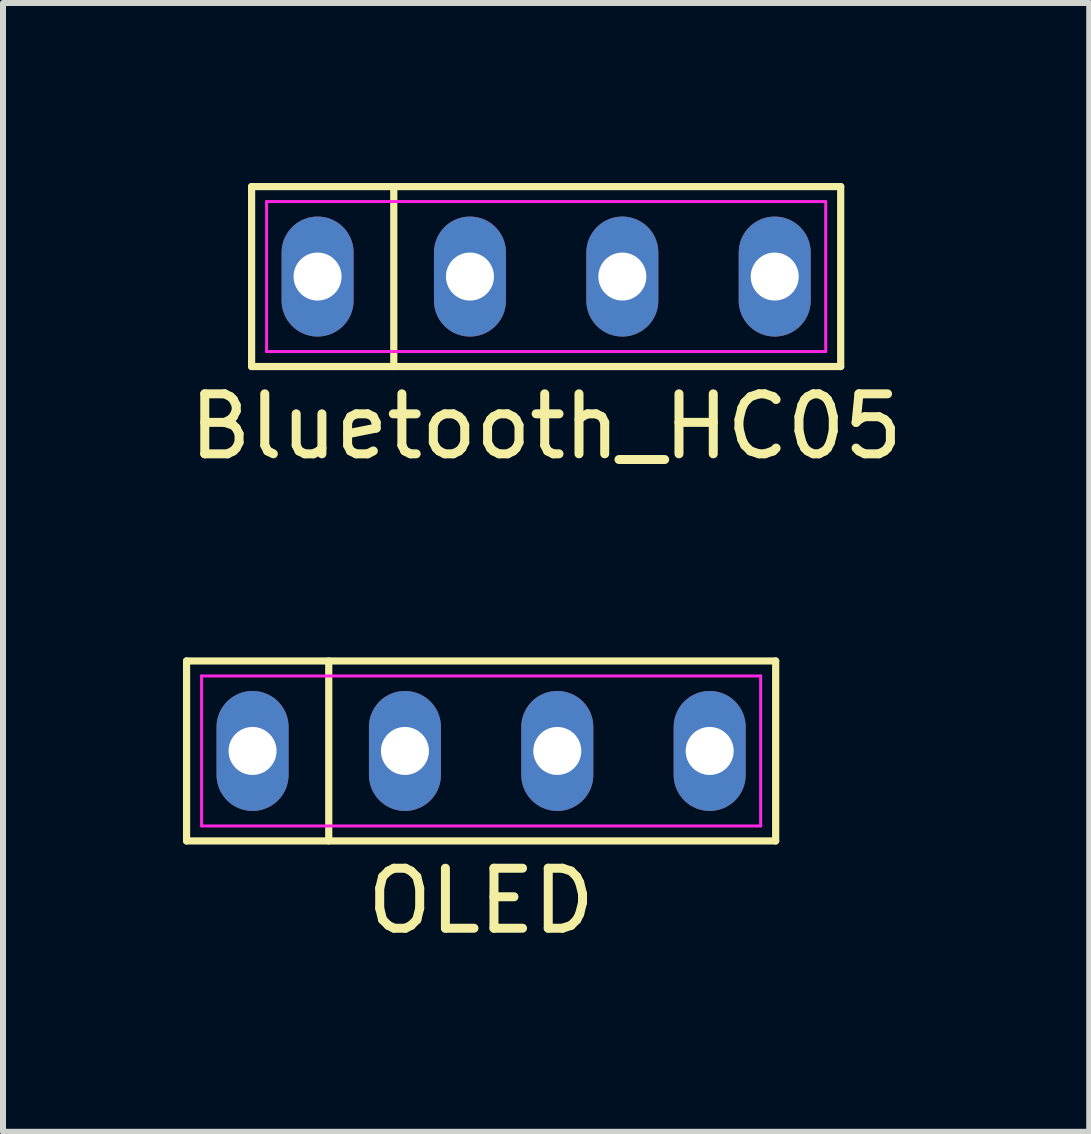
<source format=kicad_pcb>
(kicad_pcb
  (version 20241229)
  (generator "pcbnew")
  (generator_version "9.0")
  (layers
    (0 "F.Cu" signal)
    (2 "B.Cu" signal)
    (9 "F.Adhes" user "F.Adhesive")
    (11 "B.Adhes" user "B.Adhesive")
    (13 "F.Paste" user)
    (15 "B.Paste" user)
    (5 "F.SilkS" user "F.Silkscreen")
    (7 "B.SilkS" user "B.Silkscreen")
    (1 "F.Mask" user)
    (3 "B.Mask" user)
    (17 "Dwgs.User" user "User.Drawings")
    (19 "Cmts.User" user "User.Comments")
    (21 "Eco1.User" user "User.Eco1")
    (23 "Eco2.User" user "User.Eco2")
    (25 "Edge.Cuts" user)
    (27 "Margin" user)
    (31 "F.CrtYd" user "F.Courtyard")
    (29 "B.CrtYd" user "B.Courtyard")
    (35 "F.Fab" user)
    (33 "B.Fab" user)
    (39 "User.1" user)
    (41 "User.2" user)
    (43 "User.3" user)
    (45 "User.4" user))
  (footprint "OLED"
    (layer "F.Cu")
    (at 4.97 9.468)
    (property "Reference" "OLED" (at 0 2.5 0) (layer "F.SilkS") (effects (font (size 1 1) (thickness 0.15))))
    (fp_line (start -4.91 -1.5) (end 4.91 -1.5) (stroke (width 0.12) (type solid)) (layer "F.SilkS"))
    (fp_line (start -4.91 1.5) (end -4.91 -1.5) (stroke (width 0.12) (type solid)) (layer "F.SilkS"))
    (fp_line (start -2.54 -1.5) (end -2.54 1.5) (stroke (width 0.12) (type solid)) (layer "F.SilkS"))
    (fp_line (start 4.91 -1.5) (end 4.91 1.5) (stroke (width 0.12) (type solid)) (layer "F.SilkS"))
    (fp_line (start 4.91 1.5) (end -4.91 1.5) (stroke (width 0.12) (type solid)) (layer "F.SilkS"))
    (fp_line (start -4.66 -1.25) (end 4.66 -1.25) (stroke (width 0.05) (type solid)) (layer "F.CrtYd"))
    (fp_line (start -4.66 1.25) (end -4.66 -1.25) (stroke (width 0.05) (type solid)) (layer "F.CrtYd"))
    (fp_line (start 4.66 -1.25) (end 4.66 1.25) (stroke (width 0.05) (type solid)) (layer "F.CrtYd"))
    (fp_line (start 4.66 1.25) (end -4.66 1.25) (stroke (width 0.05) (type solid)) (layer "F.CrtYd"))
    (pad "1" thru_hole oval (at -3.81 0) (size 1.2 2) (drill 0.8) (layers "*.Cu" "*.Mask"))
    (pad "2" thru_hole oval (at -1.27 0) (size 1.2 2) (drill 0.8) (layers "*.Cu" "*.Mask"))
    (pad "3" thru_hole oval (at 1.27 0) (size 1.2 2) (drill 0.8) (layers "*.Cu" "*.Mask"))
    (pad "4" thru_hole oval (at 3.81 0) (size 1.2 2) (drill 0.8) (layers "*.Cu" "*.Mask")))
  (footprint "Bluetooth_HC05"
    (layer "F.Cu")
    (at 6.054 1.56)
    (property "Reference" "Bluetooth_HC05" (at 0 2.5 0) (layer "F.SilkS") (effects (font (size 1 1) (thickness 0.15))))
    (fp_line (start -4.91 -1.5) (end 4.91 -1.5) (stroke (width 0.12) (type solid)) (layer "F.SilkS"))
    (fp_line (start -4.91 1.5) (end -4.91 -1.5) (stroke (width 0.12) (type solid)) (layer "F.SilkS"))
    (fp_line (start -2.54 -1.5) (end -2.54 1.5) (stroke (width 0.12) (type solid)) (layer "F.SilkS"))
    (fp_line (start 4.91 -1.5) (end 4.91 1.5) (stroke (width 0.12) (type solid)) (layer "F.SilkS"))
    (fp_line (start 4.91 1.5) (end -4.91 1.5) (stroke (width 0.12) (type solid)) (layer "F.SilkS"))
    (fp_line (start -4.66 -1.25) (end 4.66 -1.25) (stroke (width 0.05) (type solid)) (layer "F.CrtYd"))
    (fp_line (start -4.66 1.25) (end -4.66 -1.25) (stroke (width 0.05) (type solid)) (layer "F.CrtYd"))
    (fp_line (start 4.66 -1.25) (end 4.66 1.25) (stroke (width 0.05) (type solid)) (layer "F.CrtYd"))
    (fp_line (start 4.66 1.25) (end -4.66 1.25) (stroke (width 0.05) (type solid)) (layer "F.CrtYd"))
    (pad "1" thru_hole oval (at -3.81 0) (size 1.2 2) (drill 0.8) (layers "*.Cu" "*.Mask"))
    (pad "2" thru_hole oval (at -1.27 0) (size 1.2 2) (drill 0.8) (layers "*.Cu" "*.Mask"))
    (pad "3" thru_hole oval (at 1.27 0) (size 1.2 2) (drill 0.8) (layers "*.Cu" "*.Mask"))
    (pad "4" thru_hole oval (at 3.81 0) (size 1.2 2) (drill 0.8) (layers "*.Cu" "*.Mask")))
  (gr_rect
    (start -3 -3)
    (end 15.107 15.816)
    (stroke (width 0.1) (type default))
    (fill no)
    (layer "Edge.Cuts")))
</source>
